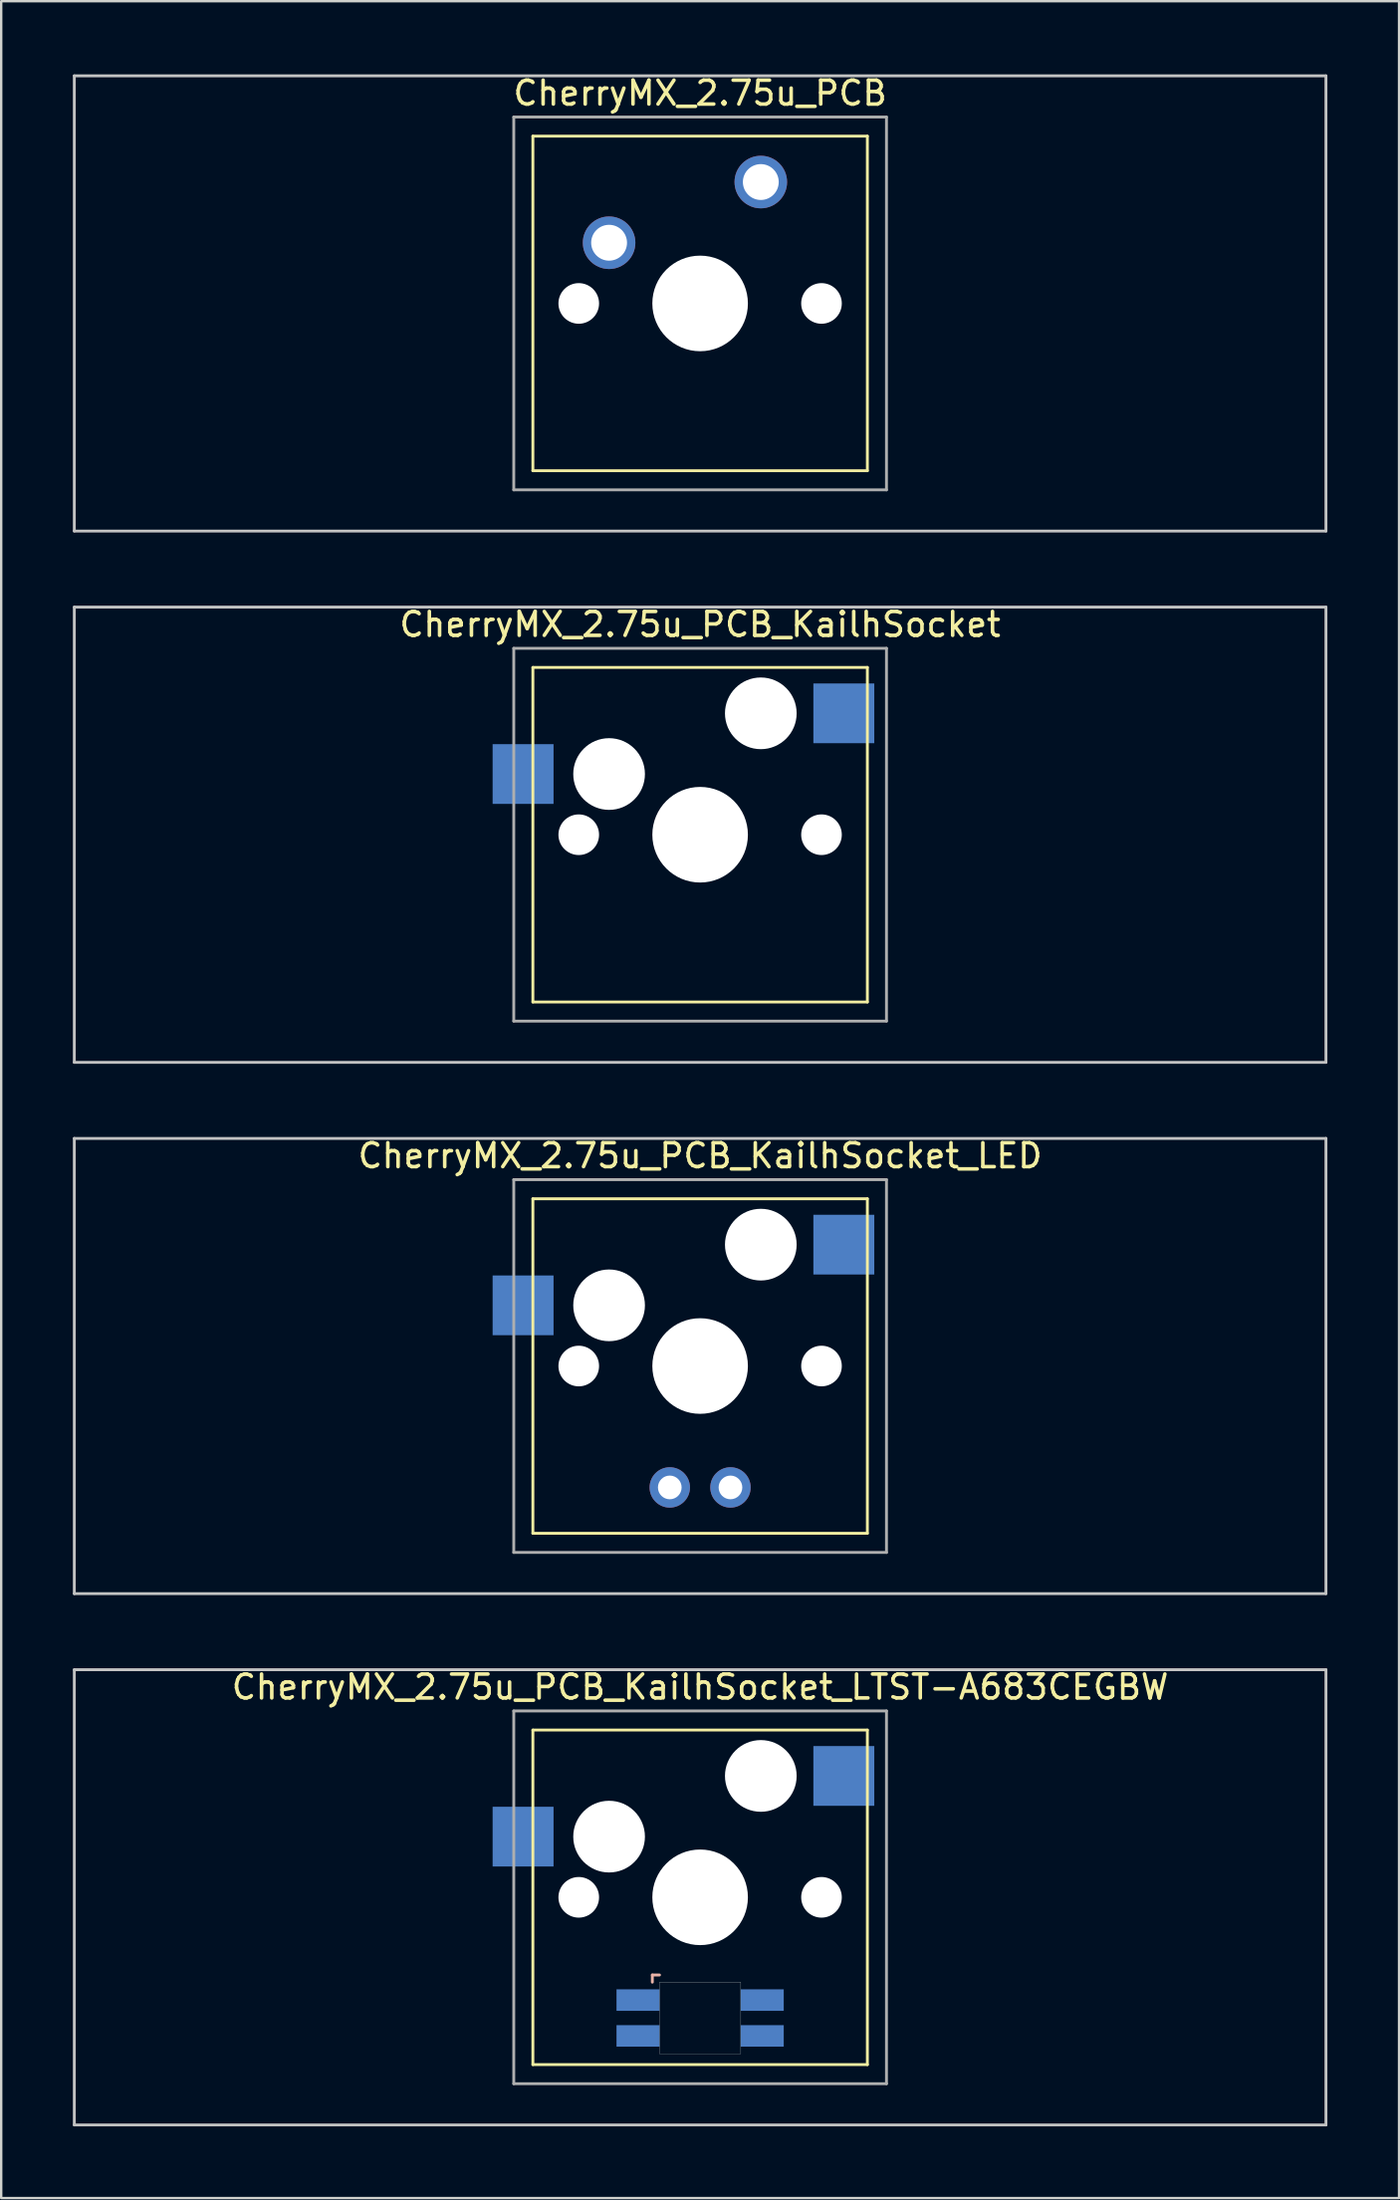
<source format=kicad_pcb>
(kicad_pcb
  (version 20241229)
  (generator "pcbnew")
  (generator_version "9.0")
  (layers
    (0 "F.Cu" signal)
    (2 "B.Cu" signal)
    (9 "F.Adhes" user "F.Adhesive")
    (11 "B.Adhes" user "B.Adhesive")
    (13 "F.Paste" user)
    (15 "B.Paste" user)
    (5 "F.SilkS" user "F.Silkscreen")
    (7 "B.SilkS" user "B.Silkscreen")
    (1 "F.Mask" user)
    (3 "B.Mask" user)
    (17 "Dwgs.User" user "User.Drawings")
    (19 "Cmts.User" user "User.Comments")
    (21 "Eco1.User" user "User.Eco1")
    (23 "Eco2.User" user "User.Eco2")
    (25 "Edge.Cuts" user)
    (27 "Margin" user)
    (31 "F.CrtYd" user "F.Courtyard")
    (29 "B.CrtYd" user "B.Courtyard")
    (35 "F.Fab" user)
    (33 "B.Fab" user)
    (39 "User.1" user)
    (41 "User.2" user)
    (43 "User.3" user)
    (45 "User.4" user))
  (footprint "CherryMX_2.75u_PCB_KailhSocket_LED"
    (layer "F.Cu")
    (at 26.254 54.115)
    (property "Reference" "CherryMX_2.75u_PCB_KailhSocket_LED" (at 0 -8.8 0) (layer "F.SilkS") (effects (font (size 1 1) (thickness 0.15))))
    (attr through_hole)
    (fp_line (start -7 -7) (end -7 7) (stroke (width 0.12) (type solid)) (layer "F.SilkS"))
    (fp_line (start -7 -7) (end 7 -7) (stroke (width 0.12) (type solid)) (layer "F.SilkS"))
    (fp_line (start 7 -7) (end 7 7) (stroke (width 0.12) (type solid)) (layer "F.SilkS"))
    (fp_line (start 7 7) (end -7 7) (stroke (width 0.12) (type solid)) (layer "F.SilkS"))
    (fp_line (start -26.194 -9.525) (end 26.194 -9.525) (stroke (width 0.12) (type solid)) (layer "Dwgs.User"))
    (fp_line (start -26.194 9.525) (end -26.194 -9.525) (stroke (width 0.12) (type solid)) (layer "Dwgs.User"))
    (fp_line (start 26.194 -9.525) (end 26.194 9.525) (stroke (width 0.12) (type solid)) (layer "Dwgs.User"))
    (fp_line (start 26.194 9.525) (end -26.194 9.525) (stroke (width 0.12) (type solid)) (layer "Dwgs.User"))
    (fp_line (start -7.8 -7.8) (end -7.8 7.8) (stroke (width 0.12) (type solid)) (layer "F.Fab"))
    (fp_line (start -7.8 -7.8) (end 7.8 -7.8) (stroke (width 0.12) (type solid)) (layer "F.Fab"))
    (fp_line (start -7.8 7.8) (end 7.8 7.8) (stroke (width 0.12) (type solid)) (layer "F.Fab"))
    (fp_line (start 7.8 -7.8) (end 7.8 7.8) (stroke (width 0.12) (type solid)) (layer "F.Fab"))
    (pad "" np_thru_hole circle (at -5.08 0) (size 1.7 1.7) (drill 1.7) (layers "*.Cu" "*.Mask"))
    (pad "" np_thru_hole circle (at -3.81 -2.54) (size 3 3) (drill 3) (layers "*.Cu" "*.Mask"))
    (pad "" np_thru_hole circle (at 0 0) (size 4 4) (drill 4) (layers "*.Cu" "*.Mask"))
    (pad "" np_thru_hole circle (at 2.54 -5.08) (size 3 3) (drill 3) (layers "*.Cu" "*.Mask"))
    (pad "" np_thru_hole circle (at 5.08 0) (size 1.7 1.7) (drill 1.7) (layers "*.Cu" "*.Mask"))
    (pad "1" smd rect (at -7.41 -2.54) (size 2.55 2.5) (layers "B.Cu" "B.Mask" "B.Paste"))
    (pad "2" smd rect (at 6.015 -5.08) (size 2.55 2.5) (layers "B.Cu" "B.Mask" "B.Paste"))
    (pad "3" thru_hole circle (at -1.27 5.08) (size 1.691 1.691) (drill 0.991) (layers "*.Cu" "*.Mask"))
    (pad "4" thru_hole circle (at 1.27 5.08) (size 1.691 1.691) (drill 0.991) (layers "*.Cu" "*.Mask")))
  (footprint "CherryMX_2.75u_PCB_KailhSocket_LTST-A683CEGBW"
    (layer "F.Cu")
    (at 26.254 76.348)
    (property "Reference" "CherryMX_2.75u_PCB_KailhSocket_LTST-A683CEGBW" (at 0 -8.8 0) (layer "F.SilkS") (effects (font (size 1 1) (thickness 0.15))))
    (attr through_hole)
    (fp_line (start -7 -7) (end -7 7) (stroke (width 0.12) (type solid)) (layer "F.SilkS"))
    (fp_line (start -7 -7) (end 7 -7) (stroke (width 0.12) (type solid)) (layer "F.SilkS"))
    (fp_line (start 7 -7) (end 7 7) (stroke (width 0.12) (type solid)) (layer "F.SilkS"))
    (fp_line (start 7 7) (end -7 7) (stroke (width 0.12) (type solid)) (layer "F.SilkS"))
    (fp_line (start -2 3.25) (end -2 3.55) (stroke (width 0.12) (type solid)) (layer "B.SilkS"))
    (fp_line (start -1.7 3.25) (end -2 3.25) (stroke (width 0.12) (type solid)) (layer "B.SilkS"))
    (fp_line (start -26.194 -9.525) (end 26.194 -9.525) (stroke (width 0.12) (type solid)) (layer "Dwgs.User"))
    (fp_line (start -26.194 9.525) (end -26.194 -9.525) (stroke (width 0.12) (type solid)) (layer "Dwgs.User"))
    (fp_line (start 26.194 -9.525) (end 26.194 9.525) (stroke (width 0.12) (type solid)) (layer "Dwgs.User"))
    (fp_line (start 26.194 9.525) (end -26.194 9.525) (stroke (width 0.12) (type solid)) (layer "Dwgs.User"))
    (fp_poly (pts (xy 1.7 6.55) (xy -1.7 6.55) (xy -1.7 3.55) (xy 1.7 3.55)) (stroke (width 0.01) (type solid)) (fill no) (layer "Edge.Cuts"))
    (fp_line (start -7.8 -7.8) (end -7.8 7.8) (stroke (width 0.12) (type solid)) (layer "F.Fab"))
    (fp_line (start -7.8 -7.8) (end 7.8 -7.8) (stroke (width 0.12) (type solid)) (layer "F.Fab"))
    (fp_line (start -7.8 7.8) (end 7.8 7.8) (stroke (width 0.12) (type solid)) (layer "F.Fab"))
    (fp_line (start 7.8 -7.8) (end 7.8 7.8) (stroke (width 0.12) (type solid)) (layer "F.Fab"))
    (pad "" np_thru_hole circle (at -5.08 0) (size 1.7 1.7) (drill 1.7) (layers "*.Cu" "*.Mask"))
    (pad "" np_thru_hole circle (at -3.81 -2.54) (size 3 3) (drill 3) (layers "*.Cu" "*.Mask"))
    (pad "" np_thru_hole circle (at 0 0) (size 4 4) (drill 4) (layers "*.Cu" "*.Mask"))
    (pad "" np_thru_hole circle (at 2.54 -5.08) (size 3 3) (drill 3) (layers "*.Cu" "*.Mask"))
    (pad "" np_thru_hole circle (at 5.08 0) (size 1.7 1.7) (drill 1.7) (layers "*.Cu" "*.Mask"))
    (pad "1" smd rect (at -7.41 -2.54) (size 2.55 2.5) (layers "B.Cu" "B.Mask" "B.Paste"))
    (pad "2" smd rect (at 6.015 -5.08) (size 2.55 2.5) (layers "B.Cu" "B.Mask" "B.Paste"))
    (pad "3" smd rect (at -2.6 4.3) (size 1.8 0.9) (layers "B.Cu" "B.Mask" "B.Paste"))
    (pad "4" smd rect (at -2.6 5.8) (size 1.8 0.9) (layers "B.Cu" "B.Mask" "B.Paste"))
    (pad "5" smd rect (at 2.6 4.3) (size 1.8 0.9) (layers "B.Cu" "B.Mask" "B.Paste"))
    (pad "6" smd rect (at 2.6 5.8) (size 1.8 0.9) (layers "B.Cu" "B.Mask" "B.Paste")))
  (footprint "CherryMX_2.75u_PCB"
    (layer "F.Cu")
    (at 26.254 9.648)
    (property "Reference" "CherryMX_2.75u_PCB" (at 0 -8.8 0) (layer "F.SilkS") (effects (font (size 1 1) (thickness 0.15))))
    (attr through_hole)
    (fp_line (start -7 -7) (end -7 7) (stroke (width 0.12) (type solid)) (layer "F.SilkS"))
    (fp_line (start -7 -7) (end 7 -7) (stroke (width 0.12) (type solid)) (layer "F.SilkS"))
    (fp_line (start 7 -7) (end 7 7) (stroke (width 0.12) (type solid)) (layer "F.SilkS"))
    (fp_line (start 7 7) (end -7 7) (stroke (width 0.12) (type solid)) (layer "F.SilkS"))
    (fp_line (start -26.194 -9.525) (end 26.194 -9.525) (stroke (width 0.12) (type solid)) (layer "Dwgs.User"))
    (fp_line (start -26.194 9.525) (end -26.194 -9.525) (stroke (width 0.12) (type solid)) (layer "Dwgs.User"))
    (fp_line (start 26.194 -9.525) (end 26.194 9.525) (stroke (width 0.12) (type solid)) (layer "Dwgs.User"))
    (fp_line (start 26.194 9.525) (end -26.194 9.525) (stroke (width 0.12) (type solid)) (layer "Dwgs.User"))
    (fp_line (start -7.8 -7.8) (end -7.8 7.8) (stroke (width 0.12) (type solid)) (layer "F.Fab"))
    (fp_line (start -7.8 -7.8) (end 7.8 -7.8) (stroke (width 0.12) (type solid)) (layer "F.Fab"))
    (fp_line (start -7.8 7.8) (end 7.8 7.8) (stroke (width 0.12) (type solid)) (layer "F.Fab"))
    (fp_line (start 7.8 -7.8) (end 7.8 7.8) (stroke (width 0.12) (type solid)) (layer "F.Fab"))
    (pad "" np_thru_hole circle (at -5.08 0) (size 1.7 1.7) (drill 1.7) (layers "*.Cu" "*.Mask"))
    (pad "" np_thru_hole circle (at 0 0) (size 4 4) (drill 4) (layers "*.Cu" "*.Mask"))
    (pad "" np_thru_hole circle (at 5.08 0) (size 1.7 1.7) (drill 1.7) (layers "*.Cu" "*.Mask"))
    (pad "1" thru_hole circle (at -3.81 -2.54) (size 2.2 2.2) (drill 1.5) (layers "*.Cu" "*.Mask"))
    (pad "2" thru_hole circle (at 2.54 -5.08) (size 2.2 2.2) (drill 1.5) (layers "*.Cu" "*.Mask")))
  (footprint "CherryMX_2.75u_PCB_KailhSocket"
    (layer "F.Cu")
    (at 26.254 31.881)
    (property "Reference" "CherryMX_2.75u_PCB_KailhSocket" (at 0 -8.8 0) (layer "F.SilkS") (effects (font (size 1 1) (thickness 0.15))))
    (attr through_hole)
    (fp_line (start -7 -7) (end -7 7) (stroke (width 0.12) (type solid)) (layer "F.SilkS"))
    (fp_line (start -7 -7) (end 7 -7) (stroke (width 0.12) (type solid)) (layer "F.SilkS"))
    (fp_line (start 7 -7) (end 7 7) (stroke (width 0.12) (type solid)) (layer "F.SilkS"))
    (fp_line (start 7 7) (end -7 7) (stroke (width 0.12) (type solid)) (layer "F.SilkS"))
    (fp_line (start -26.194 -9.525) (end 26.194 -9.525) (stroke (width 0.12) (type solid)) (layer "Dwgs.User"))
    (fp_line (start -26.194 9.525) (end -26.194 -9.525) (stroke (width 0.12) (type solid)) (layer "Dwgs.User"))
    (fp_line (start 26.194 -9.525) (end 26.194 9.525) (stroke (width 0.12) (type solid)) (layer "Dwgs.User"))
    (fp_line (start 26.194 9.525) (end -26.194 9.525) (stroke (width 0.12) (type solid)) (layer "Dwgs.User"))
    (fp_line (start -7.8 -7.8) (end -7.8 7.8) (stroke (width 0.12) (type solid)) (layer "F.Fab"))
    (fp_line (start -7.8 -7.8) (end 7.8 -7.8) (stroke (width 0.12) (type solid)) (layer "F.Fab"))
    (fp_line (start -7.8 7.8) (end 7.8 7.8) (stroke (width 0.12) (type solid)) (layer "F.Fab"))
    (fp_line (start 7.8 -7.8) (end 7.8 7.8) (stroke (width 0.12) (type solid)) (layer "F.Fab"))
    (pad "" np_thru_hole circle (at -5.08 0) (size 1.7 1.7) (drill 1.7) (layers "*.Cu" "*.Mask"))
    (pad "" np_thru_hole circle (at -3.81 -2.54) (size 3 3) (drill 3) (layers "*.Cu" "*.Mask"))
    (pad "" np_thru_hole circle (at 0 0) (size 4 4) (drill 4) (layers "*.Cu" "*.Mask"))
    (pad "" np_thru_hole circle (at 2.54 -5.08) (size 3 3) (drill 3) (layers "*.Cu" "*.Mask"))
    (pad "" np_thru_hole circle (at 5.08 0) (size 1.7 1.7) (drill 1.7) (layers "*.Cu" "*.Mask"))
    (pad "1" smd rect (at -7.41 -2.54) (size 2.55 2.5) (layers "B.Cu" "B.Mask" "B.Paste"))
    (pad "2" smd rect (at 6.015 -5.08) (size 2.55 2.5) (layers "B.Cu" "B.Mask" "B.Paste")))
  (gr_rect
    (start -3 -3)
    (end 55.508 88.933)
    (stroke (width 0.1) (type default))
    (fill no)
    (layer "Edge.Cuts")))
</source>
